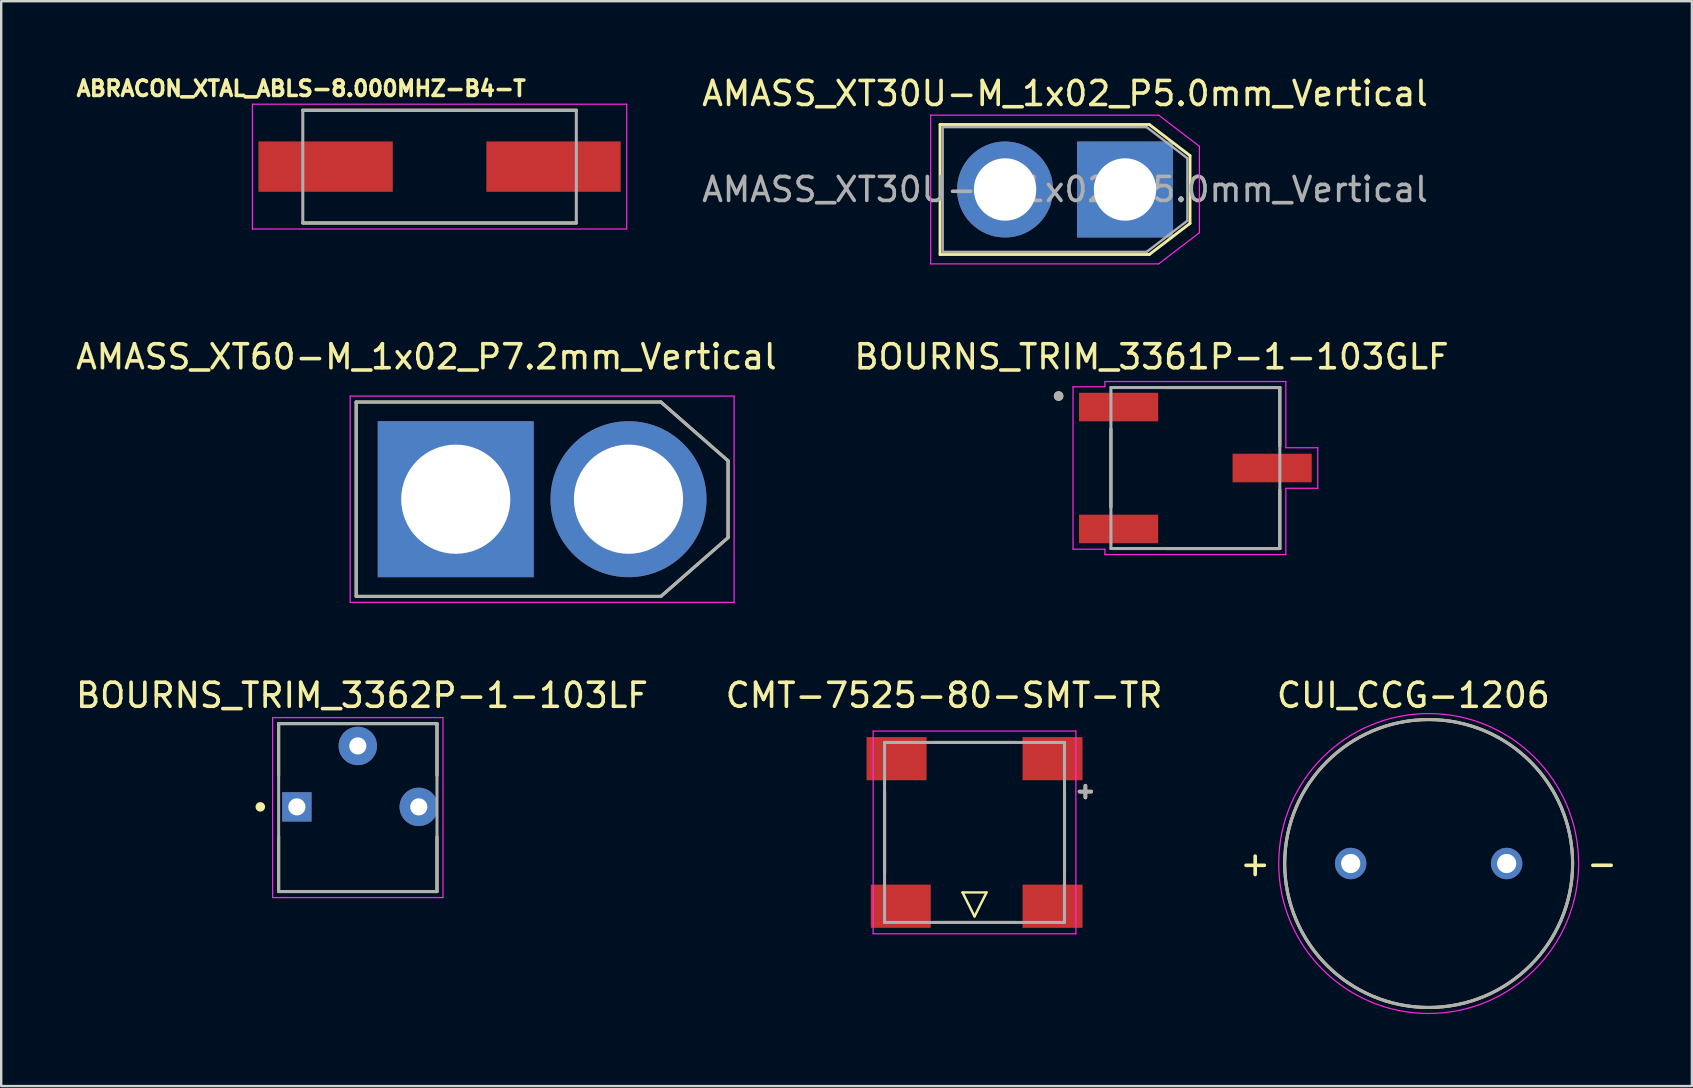
<source format=kicad_pcb>
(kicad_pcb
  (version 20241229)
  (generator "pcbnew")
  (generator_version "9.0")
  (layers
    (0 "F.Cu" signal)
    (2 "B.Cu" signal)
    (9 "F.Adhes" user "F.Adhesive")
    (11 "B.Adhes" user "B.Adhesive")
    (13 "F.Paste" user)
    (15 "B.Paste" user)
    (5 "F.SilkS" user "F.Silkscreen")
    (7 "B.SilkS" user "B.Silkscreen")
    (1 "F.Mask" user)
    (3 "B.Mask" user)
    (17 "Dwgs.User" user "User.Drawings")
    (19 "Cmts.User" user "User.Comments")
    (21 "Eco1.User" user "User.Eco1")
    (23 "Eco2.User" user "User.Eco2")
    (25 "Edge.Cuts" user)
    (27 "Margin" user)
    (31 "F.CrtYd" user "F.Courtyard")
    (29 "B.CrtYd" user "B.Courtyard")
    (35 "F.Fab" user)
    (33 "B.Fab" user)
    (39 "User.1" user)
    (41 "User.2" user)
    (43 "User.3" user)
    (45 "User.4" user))
  (footprint "CMT-7525-80-SMT-TR"
    (layer "F.Cu")
    (at 37.567 31.645)
    (property "Reference" "CMT-7525-80-SMT-TR" (at -1.27 -5.715 0) (layer "F.SilkS") (effects (font (size 1 1) (thickness 0.15))))
    (attr smd)
    (fp_line (start -3.75 -1.7) (end -3.75 1.7) (stroke (width 0.127) (type solid)) (layer "F.SilkS"))
    (fp_line (start -1.7 3.75) (end 1.7 3.75) (stroke (width 0.127) (type solid)) (layer "F.SilkS"))
    (fp_line (start -0.5 2.5) (end 0.5 2.5) (stroke (width 0.1) (type default)) (layer "F.SilkS"))
    (fp_line (start 0 3.5) (end -0.5 2.5) (stroke (width 0.1) (type default)) (layer "F.SilkS"))
    (fp_line (start 0.5 2.5) (end 0 3.5) (stroke (width 0.1) (type default)) (layer "F.SilkS"))
    (fp_line (start 1.7 -3.75) (end -1.7 -3.75) (stroke (width 0.127) (type solid)) (layer "F.SilkS"))
    (fp_line (start 3.75 1.7) (end 3.75 -1.7) (stroke (width 0.127) (type solid)) (layer "F.SilkS"))
    (fp_line (start -4.225 -4.225) (end 4.225 -4.225) (stroke (width 0.05) (type solid)) (layer "F.CrtYd"))
    (fp_line (start -4.225 4.225) (end -4.225 -4.225) (stroke (width 0.05) (type solid)) (layer "F.CrtYd"))
    (fp_line (start 4.225 -4.225) (end 4.225 4.225) (stroke (width 0.05) (type solid)) (layer "F.CrtYd"))
    (fp_line (start 4.225 4.225) (end -4.225 4.225) (stroke (width 0.05) (type solid)) (layer "F.CrtYd"))
    (fp_line (start -3.75 -3.75) (end -3.75 3.75) (stroke (width 0.127) (type solid)) (layer "F.Fab"))
    (fp_line (start -3.75 3.75) (end 3.75 3.75) (stroke (width 0.127) (type solid)) (layer "F.Fab"))
    (fp_line (start 3.75 -3.75) (end -3.75 -3.75) (stroke (width 0.127) (type solid)) (layer "F.Fab"))
    (fp_line (start 3.75 3.75) (end 3.75 -3.75) (stroke (width 0.127) (type solid)) (layer "F.Fab"))
    (fp_text user "+" (at 4.621 -1.748 0) (layer "F.SilkS") (effects (font (size 0.64 0.64) (thickness 0.15))))
    (fp_text user "+" (at 4.621 -1.748 0) (layer "F.Fab") (effects (font (size 0.64 0.64) (thickness 0.15))))
    (pad "" smd rect (at 3.25 3.075) (size 2.5 1.8) (layers "F.Cu" "F.Mask" "F.Paste"))
    (pad "1" smd rect (at 3.25 -3.075) (size 2.5 1.8) (layers "F.Cu" "F.Mask" "F.Paste"))
    (pad "2" smd rect (at -3.25 -3.075) (size 2.5 1.8) (layers "F.Cu" "F.Mask" "F.Paste"))
    (pad "2" smd rect (at -3.075 3.075) (size 2.5 1.8) (layers "F.Cu" "F.Mask" "F.Paste")))
  (footprint "ABRACON_XTAL_ABLS-8.000MHZ-B4-T"
    (layer "F.Cu")
    (at 15.27 3.894)
    (property "Reference" "ABRACON_XTAL_ABLS-8.000MHZ-B4-T" (at -5.768 -3.256 0) (layer "F.SilkS") (effects (font (size 0.64 0.64) (thickness 0.15))))
    (attr smd)
    (fp_line (start -5.7 -2.35) (end 5.7 -2.35) (stroke (width 0.127) (type solid)) (layer "F.SilkS"))
    (fp_line (start -5.7 2.35) (end 5.7 2.35) (stroke (width 0.127) (type solid)) (layer "F.SilkS"))
    (fp_line (start -7.8 -2.6) (end -7.8 2.6) (stroke (width 0.05) (type solid)) (layer "F.CrtYd"))
    (fp_line (start -7.8 2.6) (end 7.8 2.6) (stroke (width 0.05) (type solid)) (layer "F.CrtYd"))
    (fp_line (start 7.8 -2.6) (end -7.8 -2.6) (stroke (width 0.05) (type solid)) (layer "F.CrtYd"))
    (fp_line (start 7.8 2.6) (end 7.8 -2.6) (stroke (width 0.05) (type solid)) (layer "F.CrtYd"))
    (fp_line (start -5.7 -2.35) (end -5.7 2.35) (stroke (width 0.127) (type solid)) (layer "F.Fab"))
    (fp_line (start -5.7 -2.35) (end 5.7 -2.35) (stroke (width 0.127) (type solid)) (layer "F.Fab"))
    (fp_line (start -5.7 2.35) (end 5.7 2.35) (stroke (width 0.127) (type solid)) (layer "F.Fab"))
    (fp_line (start 5.7 -2.35) (end 5.7 2.35) (stroke (width 0.127) (type solid)) (layer "F.Fab"))
    (pad "1" smd rect (at -4.75 0) (size 5.6 2.1) (layers "F.Cu" "F.Mask" "F.Paste"))
    (pad "2" smd rect (at 4.75 0) (size 5.6 2.1) (layers "F.Cu" "F.Mask" "F.Paste")))
  (footprint "CUI_CCG-1206"
    (layer "F.Cu")
    (at 56.494 32.94)
    (property "Reference" "CUI_CCG-1206" (at -0.637 -7.009 0) (layer "F.SilkS") (effects (font (size 1.003 1.003) (thickness 0.15))))
    (attr through_hole)
    (fp_circle (center 0 0) (end 6 0) (stroke (width 0.127) (type solid)) (fill no) (layer "F.SilkS"))
    (fp_circle (center 0 0) (end 6.25 0) (stroke (width 0.05) (type solid)) (fill no) (layer "F.CrtYd"))
    (fp_circle (center 0 0) (end 6 0) (stroke (width 0.127) (type solid)) (fill no) (layer "F.Fab"))
    (fp_text user "-" (at 7.225 0 0) (layer "F.SilkS") (effects (font (size 1.003 1.003) (thickness 0.15))))
    (fp_text user "+" (at -7.23 0 0) (layer "F.SilkS") (effects (font (size 1.004 1.004) (thickness 0.15))))
    (pad "1" thru_hole circle (at -3.25 0) (size 1.308 1.308) (drill 0.8) (layers "*.Cu" "*.Mask"))
    (pad "2" thru_hole circle (at 3.25 0) (size 1.308 1.308) (drill 0.8) (layers "*.Cu" "*.Mask")))
  (footprint "AMASS_XT30U-M_1x02_P5.0mm_Vertical"
    (layer "F.Cu")
    (at 41.339 4.848)
    (property "Reference" "AMASS_XT30U-M_1x02_P5.0mm_Vertical" (at 0 -4 0) (layer "F.SilkS") (effects (font (size 1 1) (thickness 0.15))))
    (attr through_hole)
    (fp_line (start -5.21 -2.71) (end -5.21 2.71) (stroke (width 0.12) (type solid)) (layer "F.SilkS"))
    (fp_line (start 3.51 -2.71) (end -5.21 -2.71) (stroke (width 0.12) (type solid)) (layer "F.SilkS"))
    (fp_line (start 3.51 2.71) (end -5.21 2.71) (stroke (width 0.12) (type solid)) (layer "F.SilkS"))
    (fp_line (start 5.21 -1.41) (end 3.51 -2.71) (stroke (width 0.12) (type solid)) (layer "F.SilkS"))
    (fp_line (start 5.21 -1.41) (end 5.21 1.41) (stroke (width 0.12) (type solid)) (layer "F.SilkS"))
    (fp_line (start 5.21 1.41) (end 3.51 2.71) (stroke (width 0.12) (type solid)) (layer "F.SilkS"))
    (fp_line (start -5.6 -3.1) (end -5.6 3.1) (stroke (width 0.05) (type solid)) (layer "F.CrtYd"))
    (fp_line (start 3.9 -3.1) (end -5.6 -3.1) (stroke (width 0.05) (type solid)) (layer "F.CrtYd"))
    (fp_line (start 3.9 3.1) (end -5.6 3.1) (stroke (width 0.05) (type solid)) (layer "F.CrtYd"))
    (fp_line (start 5.6 -1.8) (end 3.9 -3.1) (stroke (width 0.05) (type solid)) (layer "F.CrtYd"))
    (fp_line (start 5.6 -1.8) (end 5.6 1.8) (stroke (width 0.05) (type solid)) (layer "F.CrtYd"))
    (fp_line (start 5.6 1.8) (end 3.9 3.1) (stroke (width 0.05) (type solid)) (layer "F.CrtYd"))
    (fp_line (start -5.1 -2.6) (end -5.1 2.6) (stroke (width 0.1) (type solid)) (layer "F.Fab"))
    (fp_line (start 3.4 -2.6) (end -5.1 -2.6) (stroke (width 0.1) (type solid)) (layer "F.Fab"))
    (fp_line (start 3.4 2.6) (end -5.1 2.6) (stroke (width 0.1) (type solid)) (layer "F.Fab"))
    (fp_line (start 5.1 -1.3) (end 3.4 -2.6) (stroke (width 0.1) (type solid)) (layer "F.Fab"))
    (fp_line (start 5.1 -1.3) (end 5.1 1.3) (stroke (width 0.1) (type solid)) (layer "F.Fab"))
    (fp_line (start 5.1 1.3) (end 3.4 2.6) (stroke (width 0.1) (type solid)) (layer "F.Fab"))
    (fp_text user "${REFERENCE}" (at 0 0 0) (layer "F.Fab") (effects (font (size 1 1) (thickness 0.15))))
    (pad "1" thru_hole rect (at 2.5 0) (size 4 4) (drill 2.6) (layers "*.Cu" "*.Mask"))
    (pad "2" thru_hole circle (at -2.5 0) (size 4 4) (drill 2.6) (layers "*.Cu" "*.Mask")))
  (footprint "BOURNS_TRIM_3361P-1-103GLF"
    (layer "F.Cu")
    (at 46.771 16.456)
    (property "Reference" "BOURNS_TRIM_3361P-1-103GLF" (at -1.825 -4.635 0) (layer "F.SilkS") (effects (font (size 1 1) (thickness 0.15))))
    (attr smd)
    (fp_line (start -3.52 -1.625) (end -3.52 1.625) (stroke (width 0.127) (type solid)) (layer "F.SilkS"))
    (fp_line (start 3.52 -3.355) (end -1.23 -3.355) (stroke (width 0.127) (type solid)) (layer "F.SilkS"))
    (fp_line (start 3.52 -0.915) (end 3.52 -3.355) (stroke (width 0.127) (type solid)) (layer "F.SilkS"))
    (fp_line (start 3.52 0.915) (end 3.52 3.355) (stroke (width 0.127) (type solid)) (layer "F.SilkS"))
    (fp_line (start 3.52 3.355) (end -1.23 3.355) (stroke (width 0.127) (type solid)) (layer "F.SilkS"))
    (fp_circle (center -5.7 -3) (end -5.6 -3) (stroke (width 0.2) (type solid)) (fill no) (layer "F.SilkS"))
    (fp_line (start -5.1 -3.385) (end -3.77 -3.385) (stroke (width 0.05) (type solid)) (layer "F.CrtYd"))
    (fp_line (start -5.1 3.385) (end -5.1 -3.385) (stroke (width 0.05) (type solid)) (layer "F.CrtYd"))
    (fp_line (start -3.77 -3.605) (end 3.77 -3.605) (stroke (width 0.05) (type solid)) (layer "F.CrtYd"))
    (fp_line (start -3.77 -3.385) (end -3.77 -3.605) (stroke (width 0.05) (type solid)) (layer "F.CrtYd"))
    (fp_line (start -3.77 3.385) (end -5.1 3.385) (stroke (width 0.05) (type solid)) (layer "F.CrtYd"))
    (fp_line (start -3.77 3.605) (end -3.77 3.385) (stroke (width 0.05) (type solid)) (layer "F.CrtYd"))
    (fp_line (start 3.77 -3.605) (end 3.77 -0.845) (stroke (width 0.05) (type solid)) (layer "F.CrtYd"))
    (fp_line (start 3.77 -0.845) (end 5.1 -0.845) (stroke (width 0.05) (type solid)) (layer "F.CrtYd"))
    (fp_line (start 3.77 0.845) (end 3.77 3.605) (stroke (width 0.05) (type solid)) (layer "F.CrtYd"))
    (fp_line (start 3.77 3.605) (end -3.77 3.605) (stroke (width 0.05) (type solid)) (layer "F.CrtYd"))
    (fp_line (start 5.1 -0.845) (end 5.1 0.845) (stroke (width 0.05) (type solid)) (layer "F.CrtYd"))
    (fp_line (start 5.1 0.845) (end 3.77 0.845) (stroke (width 0.05) (type solid)) (layer "F.CrtYd"))
    (fp_line (start -3.52 -3.355) (end -3.52 3.355) (stroke (width 0.127) (type solid)) (layer "F.Fab"))
    (fp_line (start -3.52 3.355) (end 3.52 3.355) (stroke (width 0.127) (type solid)) (layer "F.Fab"))
    (fp_line (start 3.52 -3.355) (end -3.52 -3.355) (stroke (width 0.127) (type solid)) (layer "F.Fab"))
    (fp_line (start 3.52 3.355) (end 3.52 -3.355) (stroke (width 0.127) (type solid)) (layer "F.Fab"))
    (fp_circle (center -5.7 -3) (end -5.6 -3) (stroke (width 0.2) (type solid)) (fill no) (layer "F.Fab"))
    (pad "1" smd rect (at -3.2 -2.54) (size 3.3 1.19) (layers "F.Cu" "F.Mask" "F.Paste"))
    (pad "2" smd rect (at 3.2 0) (size 3.3 1.19) (layers "F.Cu" "F.Mask" "F.Paste"))
    (pad "3" smd rect (at -3.2 2.54) (size 3.3 1.19) (layers "F.Cu" "F.Mask" "F.Paste")))
  (footprint "BOURNS_TRIM_3362P-1-103LF"
    (layer "F.Cu")
    (at 11.863 30.579)
    (property "Reference" "BOURNS_TRIM_3362P-1-103LF" (at 0.175 -4.648 0) (layer "F.SilkS") (effects (font (size 1.003 1.003) (thickness 0.15))))
    (attr through_hole)
    (fp_line (start -3.3 -3.47) (end 3.3 -3.47) (stroke (width 0.127) (type solid)) (layer "F.SilkS"))
    (fp_line (start -3.3 -1.305) (end -3.3 -3.47) (stroke (width 0.127) (type solid)) (layer "F.SilkS"))
    (fp_line (start -3.3 3.52) (end -3.3 1.235) (stroke (width 0.127) (type solid)) (layer "F.SilkS"))
    (fp_line (start 3.3 -3.47) (end 3.3 -1.305) (stroke (width 0.127) (type solid)) (layer "F.SilkS"))
    (fp_line (start 3.3 1.235) (end 3.3 3.52) (stroke (width 0.127) (type solid)) (layer "F.SilkS"))
    (fp_line (start 3.3 3.53) (end -3.3 3.53) (stroke (width 0.127) (type solid)) (layer "F.SilkS"))
    (fp_circle (center -4.064 0) (end -3.964 0) (stroke (width 0.2) (type solid)) (fill no) (layer "F.SilkS"))
    (fp_line (start -3.55 -3.72) (end 3.55 -3.72) (stroke (width 0.05) (type solid)) (layer "F.CrtYd"))
    (fp_line (start -3.55 3.78) (end -3.55 -3.72) (stroke (width 0.05) (type solid)) (layer "F.CrtYd"))
    (fp_line (start 3.55 -3.72) (end 3.55 3.78) (stroke (width 0.05) (type solid)) (layer "F.CrtYd"))
    (fp_line (start 3.55 3.78) (end -3.55 3.78) (stroke (width 0.05) (type solid)) (layer "F.CrtYd"))
    (fp_line (start -3.3 -3.47) (end 3.3 -3.47) (stroke (width 0.127) (type solid)) (layer "F.Fab"))
    (fp_line (start -3.3 3.53) (end -3.3 -3.47) (stroke (width 0.127) (type solid)) (layer "F.Fab"))
    (fp_line (start 3.3 -3.47) (end 3.3 3.53) (stroke (width 0.127) (type solid)) (layer "F.Fab"))
    (fp_line (start 3.3 3.53) (end -3.3 3.53) (stroke (width 0.127) (type solid)) (layer "F.Fab"))
    (pad "1" thru_hole rect (at -2.54 0) (size 1.222 1.222) (drill 0.714) (layers "*.Cu" "*.Mask"))
    (pad "2" thru_hole circle (at 0 -2.54) (size 1.6 1.6) (drill 0.714) (layers "*.Cu" "*.Mask"))
    (pad "3" thru_hole circle (at 2.54 0) (size 1.6 1.6) (drill 0.714) (layers "*.Cu" "*.Mask")))
  (footprint "AMASS_XT60-M_1x02_P7.2mm_Vertical"
    (layer "F.Cu")
    (at 19.545 17.756)
    (property "Reference" "AMASS_XT60-M_1x02_P7.2mm_Vertical" (at -4.825 -5.935 0) (layer "F.SilkS") (effects (font (size 1 1) (thickness 0.15))))
    (attr through_hole)
    (fp_line (start -7.75 -4.05) (end 4.95 -4.05) (stroke (width 0.127) (type solid)) (layer "F.SilkS"))
    (fp_line (start -7.75 4.05) (end -7.75 -4.05) (stroke (width 0.127) (type solid)) (layer "F.SilkS"))
    (fp_line (start 4.95 -4.05) (end 7.75 -1.6) (stroke (width 0.127) (type solid)) (layer "F.SilkS"))
    (fp_line (start 4.95 4.05) (end -7.75 4.05) (stroke (width 0.127) (type solid)) (layer "F.SilkS"))
    (fp_line (start 7.75 -1.6) (end 7.75 1.6) (stroke (width 0.127) (type solid)) (layer "F.SilkS"))
    (fp_line (start 7.75 1.6) (end 4.95 4.05) (stroke (width 0.127) (type solid)) (layer "F.SilkS"))
    (fp_line (start -8 -4.3) (end -8 4.3) (stroke (width 0.05) (type solid)) (layer "F.CrtYd"))
    (fp_line (start -8 4.3) (end 8 4.3) (stroke (width 0.05) (type solid)) (layer "F.CrtYd"))
    (fp_line (start 8 -4.3) (end -8 -4.3) (stroke (width 0.05) (type solid)) (layer "F.CrtYd"))
    (fp_line (start 8 4.3) (end 8 -4.3) (stroke (width 0.05) (type solid)) (layer "F.CrtYd"))
    (fp_line (start -7.75 -4.05) (end 4.95 -4.05) (stroke (width 0.127) (type solid)) (layer "F.Fab"))
    (fp_line (start -7.75 4.05) (end -7.75 -4.05) (stroke (width 0.127) (type solid)) (layer "F.Fab"))
    (fp_line (start 4.95 -4.05) (end 7.75 -1.6) (stroke (width 0.127) (type solid)) (layer "F.Fab"))
    (fp_line (start 4.95 4.05) (end -7.75 4.05) (stroke (width 0.127) (type solid)) (layer "F.Fab"))
    (fp_line (start 7.75 -1.6) (end 7.75 1.6) (stroke (width 0.127) (type solid)) (layer "F.Fab"))
    (fp_line (start 7.75 1.6) (end 4.95 4.05) (stroke (width 0.127) (type solid)) (layer "F.Fab"))
    (pad "1" thru_hole circle (at 3.6 0) (size 6.5 6.5) (drill 4.55) (layers "*.Cu" "*.Mask"))
    (pad "2" thru_hole rect (at -3.6 0) (size 6.5 6.5) (drill 4.55) (layers "*.Cu" "*.Mask")))
  (gr_rect
    (start -3 -3)
    (end 67.465 42.215)
    (stroke (width 0.1) (type default))
    (fill no)
    (layer "Edge.Cuts")))
</source>
